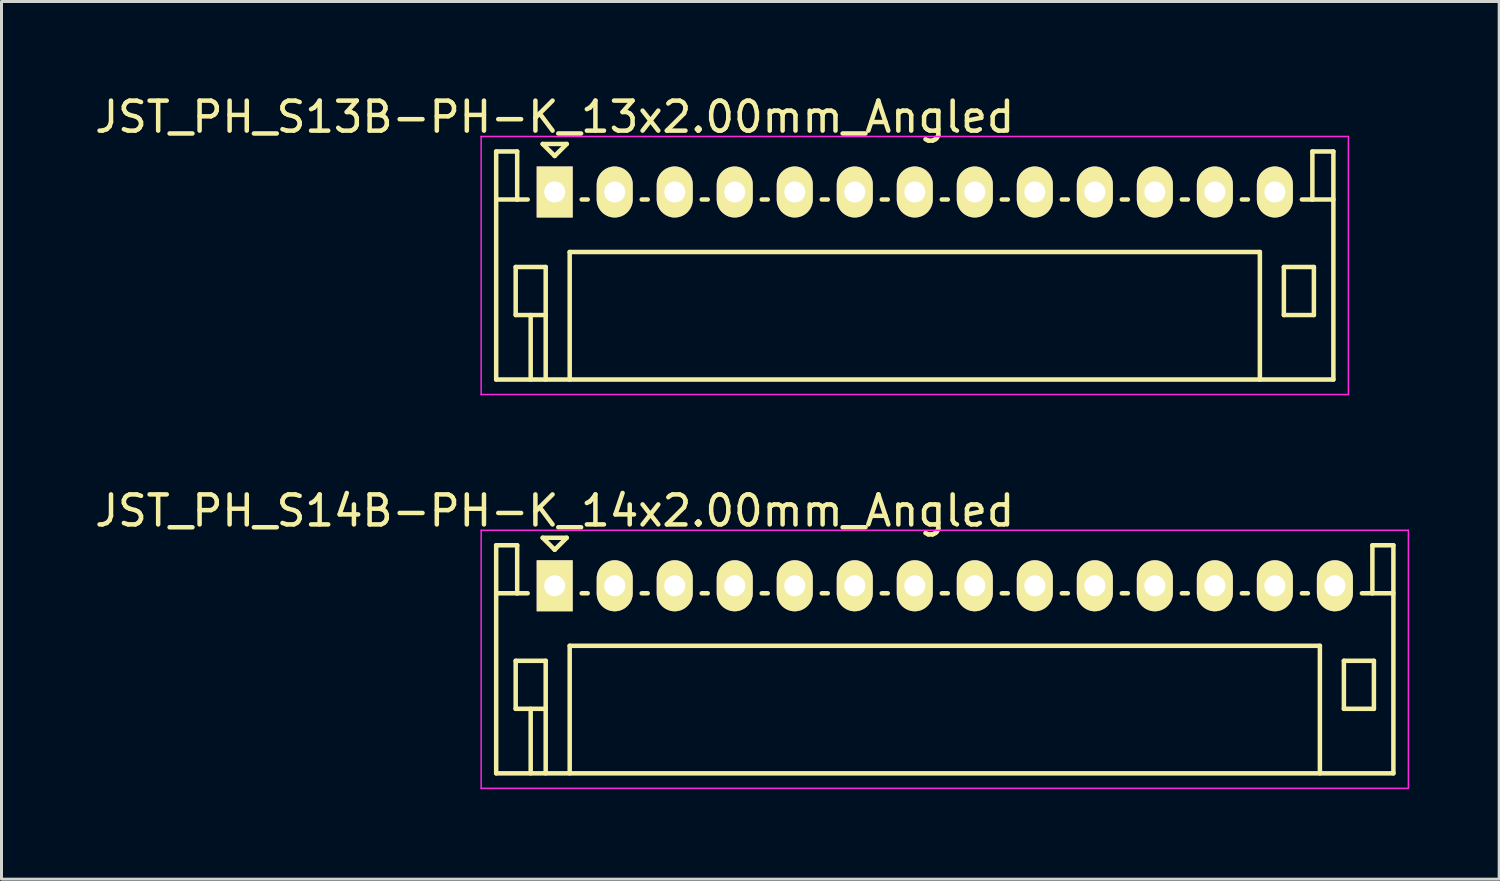
<source format=kicad_pcb>
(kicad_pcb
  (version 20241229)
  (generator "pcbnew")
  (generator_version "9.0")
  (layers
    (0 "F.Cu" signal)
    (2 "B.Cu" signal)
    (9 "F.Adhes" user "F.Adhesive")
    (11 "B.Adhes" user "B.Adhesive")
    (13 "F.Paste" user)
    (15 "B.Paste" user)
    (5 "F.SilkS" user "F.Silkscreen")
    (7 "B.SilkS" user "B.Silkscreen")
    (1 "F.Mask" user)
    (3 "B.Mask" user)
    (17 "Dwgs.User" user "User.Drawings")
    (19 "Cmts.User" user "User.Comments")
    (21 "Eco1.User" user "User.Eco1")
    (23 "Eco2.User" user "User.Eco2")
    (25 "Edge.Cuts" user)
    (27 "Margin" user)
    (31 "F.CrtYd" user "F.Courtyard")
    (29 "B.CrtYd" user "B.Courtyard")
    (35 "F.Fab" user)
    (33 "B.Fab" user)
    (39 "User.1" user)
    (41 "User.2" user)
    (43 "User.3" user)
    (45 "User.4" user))
  (footprint "JST_PH_S14B-PH-K_14x2.00mm_Angled"
    (layer "F.Cu")
    (at 15.435 16.471)
    (property "Reference" "JST_PH_S14B-PH-K_14x2.00mm_Angled" (at 0 -2.5 0) (layer "F.SilkS") (effects (font (size 1 1) (thickness 0.15))))
    (attr through_hole)
    (fp_line (start -1.95 -1.35) (end -1.95 6.25) (stroke (width 0.15) (type solid)) (layer "F.SilkS"))
    (fp_line (start -1.95 0.25) (end -1.25 0.25) (stroke (width 0.15) (type solid)) (layer "F.SilkS"))
    (fp_line (start -1.95 6.25) (end 27.95 6.25) (stroke (width 0.15) (type solid)) (layer "F.SilkS"))
    (fp_line (start -1.3 2.5) (end -1.3 4.1) (stroke (width 0.15) (type solid)) (layer "F.SilkS"))
    (fp_line (start -1.3 4.1) (end -0.3 4.1) (stroke (width 0.15) (type solid)) (layer "F.SilkS"))
    (fp_line (start -1.25 -1.35) (end -1.95 -1.35) (stroke (width 0.15) (type solid)) (layer "F.SilkS"))
    (fp_line (start -1.25 0.25) (end -1.25 -1.35) (stroke (width 0.15) (type solid)) (layer "F.SilkS"))
    (fp_line (start -0.9 0.25) (end -1.25 0.25) (stroke (width 0.15) (type solid)) (layer "F.SilkS"))
    (fp_line (start -0.8 4.1) (end -0.8 6.25) (stroke (width 0.15) (type solid)) (layer "F.SilkS"))
    (fp_line (start -0.4 -1.6) (end 0.4 -1.6) (stroke (width 0.15) (type solid)) (layer "F.SilkS"))
    (fp_line (start -0.3 2.5) (end -1.3 2.5) (stroke (width 0.15) (type solid)) (layer "F.SilkS"))
    (fp_line (start -0.3 4.1) (end -0.3 2.5) (stroke (width 0.15) (type solid)) (layer "F.SilkS"))
    (fp_line (start -0.3 4.1) (end -0.3 6.25) (stroke (width 0.15) (type solid)) (layer "F.SilkS"))
    (fp_line (start 0 -1.2) (end -0.4 -1.6) (stroke (width 0.15) (type solid)) (layer "F.SilkS"))
    (fp_line (start 0.4 -1.6) (end 0 -1.2) (stroke (width 0.15) (type solid)) (layer "F.SilkS"))
    (fp_line (start 0.5 2) (end 25.5 2) (stroke (width 0.15) (type solid)) (layer "F.SilkS"))
    (fp_line (start 0.5 6.25) (end 0.5 2) (stroke (width 0.15) (type solid)) (layer "F.SilkS"))
    (fp_line (start 0.9 0.25) (end 1.1 0.25) (stroke (width 0.15) (type solid)) (layer "F.SilkS"))
    (fp_line (start 2.9 0.25) (end 3.1 0.25) (stroke (width 0.15) (type solid)) (layer "F.SilkS"))
    (fp_line (start 4.9 0.25) (end 5.1 0.25) (stroke (width 0.15) (type solid)) (layer "F.SilkS"))
    (fp_line (start 6.9 0.25) (end 7.1 0.25) (stroke (width 0.15) (type solid)) (layer "F.SilkS"))
    (fp_line (start 8.9 0.25) (end 9.1 0.25) (stroke (width 0.15) (type solid)) (layer "F.SilkS"))
    (fp_line (start 10.9 0.25) (end 11.1 0.25) (stroke (width 0.15) (type solid)) (layer "F.SilkS"))
    (fp_line (start 12.9 0.25) (end 13.1 0.25) (stroke (width 0.15) (type solid)) (layer "F.SilkS"))
    (fp_line (start 14.9 0.25) (end 15.1 0.25) (stroke (width 0.15) (type solid)) (layer "F.SilkS"))
    (fp_line (start 16.9 0.25) (end 17.1 0.25) (stroke (width 0.15) (type solid)) (layer "F.SilkS"))
    (fp_line (start 18.9 0.25) (end 19.1 0.25) (stroke (width 0.15) (type solid)) (layer "F.SilkS"))
    (fp_line (start 20.9 0.25) (end 21.1 0.25) (stroke (width 0.15) (type solid)) (layer "F.SilkS"))
    (fp_line (start 22.9 0.25) (end 23.1 0.25) (stroke (width 0.15) (type solid)) (layer "F.SilkS"))
    (fp_line (start 24.9 0.25) (end 25.1 0.25) (stroke (width 0.15) (type solid)) (layer "F.SilkS"))
    (fp_line (start 25.5 2) (end 25.5 6.25) (stroke (width 0.15) (type solid)) (layer "F.SilkS"))
    (fp_line (start 26.3 2.5) (end 27.3 2.5) (stroke (width 0.15) (type solid)) (layer "F.SilkS"))
    (fp_line (start 26.3 4.1) (end 26.3 2.5) (stroke (width 0.15) (type solid)) (layer "F.SilkS"))
    (fp_line (start 27.25 -1.35) (end 27.25 0.25) (stroke (width 0.15) (type solid)) (layer "F.SilkS"))
    (fp_line (start 27.25 0.25) (end 26.9 0.25) (stroke (width 0.15) (type solid)) (layer "F.SilkS"))
    (fp_line (start 27.3 2.5) (end 27.3 4.1) (stroke (width 0.15) (type solid)) (layer "F.SilkS"))
    (fp_line (start 27.3 4.1) (end 26.3 4.1) (stroke (width 0.15) (type solid)) (layer "F.SilkS"))
    (fp_line (start 27.95 -1.35) (end 27.25 -1.35) (stroke (width 0.15) (type solid)) (layer "F.SilkS"))
    (fp_line (start 27.95 0.25) (end 27.25 0.25) (stroke (width 0.15) (type solid)) (layer "F.SilkS"))
    (fp_line (start 27.95 6.25) (end 27.95 -1.35) (stroke (width 0.15) (type solid)) (layer "F.SilkS"))
    (fp_line (start -2.45 -1.85) (end 28.45 -1.85) (stroke (width 0.05) (type solid)) (layer "F.CrtYd"))
    (fp_line (start -2.45 6.75) (end -2.45 -1.85) (stroke (width 0.05) (type solid)) (layer "F.CrtYd"))
    (fp_line (start 28.45 -1.85) (end 28.45 6.75) (stroke (width 0.05) (type solid)) (layer "F.CrtYd"))
    (fp_line (start 28.45 6.75) (end -2.45 6.75) (stroke (width 0.05) (type solid)) (layer "F.CrtYd"))
    (pad "1" thru_hole rect (at 0 0) (size 1.2 1.7) (drill 0.7) (layers "*.Cu" "*.Mask" "F.SilkS"))
    (pad "2" thru_hole oval (at 2 0) (size 1.2 1.7) (drill 0.7) (layers "*.Cu" "*.Mask" "F.SilkS"))
    (pad "3" thru_hole oval (at 4 0) (size 1.2 1.7) (drill 0.7) (layers "*.Cu" "*.Mask" "F.SilkS"))
    (pad "4" thru_hole oval (at 6 0) (size 1.2 1.7) (drill 0.7) (layers "*.Cu" "*.Mask" "F.SilkS"))
    (pad "5" thru_hole oval (at 8 0) (size 1.2 1.7) (drill 0.7) (layers "*.Cu" "*.Mask" "F.SilkS"))
    (pad "6" thru_hole oval (at 10 0) (size 1.2 1.7) (drill 0.7) (layers "*.Cu" "*.Mask" "F.SilkS"))
    (pad "7" thru_hole oval (at 12 0) (size 1.2 1.7) (drill 0.7) (layers "*.Cu" "*.Mask" "F.SilkS"))
    (pad "8" thru_hole oval (at 14 0) (size 1.2 1.7) (drill 0.7) (layers "*.Cu" "*.Mask" "F.SilkS"))
    (pad "9" thru_hole oval (at 16 0) (size 1.2 1.7) (drill 0.7) (layers "*.Cu" "*.Mask" "F.SilkS"))
    (pad "10" thru_hole oval (at 18 0) (size 1.2 1.7) (drill 0.7) (layers "*.Cu" "*.Mask" "F.SilkS"))
    (pad "11" thru_hole oval (at 20 0) (size 1.2 1.7) (drill 0.7) (layers "*.Cu" "*.Mask" "F.SilkS"))
    (pad "12" thru_hole oval (at 22 0) (size 1.2 1.7) (drill 0.7) (layers "*.Cu" "*.Mask" "F.SilkS"))
    (pad "13" thru_hole oval (at 24 0) (size 1.2 1.7) (drill 0.7) (layers "*.Cu" "*.Mask" "F.SilkS"))
    (pad "14" thru_hole oval (at 26 0) (size 1.2 1.7) (drill 0.7) (layers "*.Cu" "*.Mask" "F.SilkS")))
  (footprint "JST_PH_S13B-PH-K_13x2.00mm_Angled"
    (layer "F.Cu")
    (at 15.435 3.348)
    (property "Reference" "JST_PH_S13B-PH-K_13x2.00mm_Angled" (at 0 -2.5 0) (layer "F.SilkS") (effects (font (size 1 1) (thickness 0.15))))
    (attr through_hole)
    (fp_line (start -1.95 -1.35) (end -1.95 6.25) (stroke (width 0.15) (type solid)) (layer "F.SilkS"))
    (fp_line (start -1.95 0.25) (end -1.25 0.25) (stroke (width 0.15) (type solid)) (layer "F.SilkS"))
    (fp_line (start -1.95 6.25) (end 25.95 6.25) (stroke (width 0.15) (type solid)) (layer "F.SilkS"))
    (fp_line (start -1.3 2.5) (end -1.3 4.1) (stroke (width 0.15) (type solid)) (layer "F.SilkS"))
    (fp_line (start -1.3 4.1) (end -0.3 4.1) (stroke (width 0.15) (type solid)) (layer "F.SilkS"))
    (fp_line (start -1.25 -1.35) (end -1.95 -1.35) (stroke (width 0.15) (type solid)) (layer "F.SilkS"))
    (fp_line (start -1.25 0.25) (end -1.25 -1.35) (stroke (width 0.15) (type solid)) (layer "F.SilkS"))
    (fp_line (start -0.9 0.25) (end -1.25 0.25) (stroke (width 0.15) (type solid)) (layer "F.SilkS"))
    (fp_line (start -0.8 4.1) (end -0.8 6.25) (stroke (width 0.15) (type solid)) (layer "F.SilkS"))
    (fp_line (start -0.4 -1.6) (end 0.4 -1.6) (stroke (width 0.15) (type solid)) (layer "F.SilkS"))
    (fp_line (start -0.3 2.5) (end -1.3 2.5) (stroke (width 0.15) (type solid)) (layer "F.SilkS"))
    (fp_line (start -0.3 4.1) (end -0.3 2.5) (stroke (width 0.15) (type solid)) (layer "F.SilkS"))
    (fp_line (start -0.3 4.1) (end -0.3 6.25) (stroke (width 0.15) (type solid)) (layer "F.SilkS"))
    (fp_line (start 0 -1.2) (end -0.4 -1.6) (stroke (width 0.15) (type solid)) (layer "F.SilkS"))
    (fp_line (start 0.4 -1.6) (end 0 -1.2) (stroke (width 0.15) (type solid)) (layer "F.SilkS"))
    (fp_line (start 0.5 2) (end 23.5 2) (stroke (width 0.15) (type solid)) (layer "F.SilkS"))
    (fp_line (start 0.5 6.25) (end 0.5 2) (stroke (width 0.15) (type solid)) (layer "F.SilkS"))
    (fp_line (start 0.9 0.25) (end 1.1 0.25) (stroke (width 0.15) (type solid)) (layer "F.SilkS"))
    (fp_line (start 2.9 0.25) (end 3.1 0.25) (stroke (width 0.15) (type solid)) (layer "F.SilkS"))
    (fp_line (start 4.9 0.25) (end 5.1 0.25) (stroke (width 0.15) (type solid)) (layer "F.SilkS"))
    (fp_line (start 6.9 0.25) (end 7.1 0.25) (stroke (width 0.15) (type solid)) (layer "F.SilkS"))
    (fp_line (start 8.9 0.25) (end 9.1 0.25) (stroke (width 0.15) (type solid)) (layer "F.SilkS"))
    (fp_line (start 10.9 0.25) (end 11.1 0.25) (stroke (width 0.15) (type solid)) (layer "F.SilkS"))
    (fp_line (start 12.9 0.25) (end 13.1 0.25) (stroke (width 0.15) (type solid)) (layer "F.SilkS"))
    (fp_line (start 14.9 0.25) (end 15.1 0.25) (stroke (width 0.15) (type solid)) (layer "F.SilkS"))
    (fp_line (start 16.9 0.25) (end 17.1 0.25) (stroke (width 0.15) (type solid)) (layer "F.SilkS"))
    (fp_line (start 18.9 0.25) (end 19.1 0.25) (stroke (width 0.15) (type solid)) (layer "F.SilkS"))
    (fp_line (start 20.9 0.25) (end 21.1 0.25) (stroke (width 0.15) (type solid)) (layer "F.SilkS"))
    (fp_line (start 22.9 0.25) (end 23.1 0.25) (stroke (width 0.15) (type solid)) (layer "F.SilkS"))
    (fp_line (start 23.5 2) (end 23.5 6.25) (stroke (width 0.15) (type solid)) (layer "F.SilkS"))
    (fp_line (start 24.3 2.5) (end 25.3 2.5) (stroke (width 0.15) (type solid)) (layer "F.SilkS"))
    (fp_line (start 24.3 4.1) (end 24.3 2.5) (stroke (width 0.15) (type solid)) (layer "F.SilkS"))
    (fp_line (start 25.25 -1.35) (end 25.25 0.25) (stroke (width 0.15) (type solid)) (layer "F.SilkS"))
    (fp_line (start 25.25 0.25) (end 24.9 0.25) (stroke (width 0.15) (type solid)) (layer "F.SilkS"))
    (fp_line (start 25.3 2.5) (end 25.3 4.1) (stroke (width 0.15) (type solid)) (layer "F.SilkS"))
    (fp_line (start 25.3 4.1) (end 24.3 4.1) (stroke (width 0.15) (type solid)) (layer "F.SilkS"))
    (fp_line (start 25.95 -1.35) (end 25.25 -1.35) (stroke (width 0.15) (type solid)) (layer "F.SilkS"))
    (fp_line (start 25.95 0.25) (end 25.25 0.25) (stroke (width 0.15) (type solid)) (layer "F.SilkS"))
    (fp_line (start 25.95 6.25) (end 25.95 -1.35) (stroke (width 0.15) (type solid)) (layer "F.SilkS"))
    (fp_line (start -2.45 -1.85) (end 26.45 -1.85) (stroke (width 0.05) (type solid)) (layer "F.CrtYd"))
    (fp_line (start -2.45 6.75) (end -2.45 -1.85) (stroke (width 0.05) (type solid)) (layer "F.CrtYd"))
    (fp_line (start 26.45 -1.85) (end 26.45 6.75) (stroke (width 0.05) (type solid)) (layer "F.CrtYd"))
    (fp_line (start 26.45 6.75) (end -2.45 6.75) (stroke (width 0.05) (type solid)) (layer "F.CrtYd"))
    (pad "1" thru_hole rect (at 0 0) (size 1.2 1.7) (drill 0.7) (layers "*.Cu" "*.Mask" "F.SilkS"))
    (pad "2" thru_hole oval (at 2 0) (size 1.2 1.7) (drill 0.7) (layers "*.Cu" "*.Mask" "F.SilkS"))
    (pad "3" thru_hole oval (at 4 0) (size 1.2 1.7) (drill 0.7) (layers "*.Cu" "*.Mask" "F.SilkS"))
    (pad "4" thru_hole oval (at 6 0) (size 1.2 1.7) (drill 0.7) (layers "*.Cu" "*.Mask" "F.SilkS"))
    (pad "5" thru_hole oval (at 8 0) (size 1.2 1.7) (drill 0.7) (layers "*.Cu" "*.Mask" "F.SilkS"))
    (pad "6" thru_hole oval (at 10 0) (size 1.2 1.7) (drill 0.7) (layers "*.Cu" "*.Mask" "F.SilkS"))
    (pad "7" thru_hole oval (at 12 0) (size 1.2 1.7) (drill 0.7) (layers "*.Cu" "*.Mask" "F.SilkS"))
    (pad "8" thru_hole oval (at 14 0) (size 1.2 1.7) (drill 0.7) (layers "*.Cu" "*.Mask" "F.SilkS"))
    (pad "9" thru_hole oval (at 16 0) (size 1.2 1.7) (drill 0.7) (layers "*.Cu" "*.Mask" "F.SilkS"))
    (pad "10" thru_hole oval (at 18 0) (size 1.2 1.7) (drill 0.7) (layers "*.Cu" "*.Mask" "F.SilkS"))
    (pad "11" thru_hole oval (at 20 0) (size 1.2 1.7) (drill 0.7) (layers "*.Cu" "*.Mask" "F.SilkS"))
    (pad "12" thru_hole oval (at 22 0) (size 1.2 1.7) (drill 0.7) (layers "*.Cu" "*.Mask" "F.SilkS"))
    (pad "13" thru_hole oval (at 24 0) (size 1.2 1.7) (drill 0.7) (layers "*.Cu" "*.Mask" "F.SilkS")))
  (gr_rect
    (start -3 -3)
    (end 46.91 26.247)
    (stroke (width 0.1) (type default))
    (fill no)
    (layer "Edge.Cuts")))
</source>
